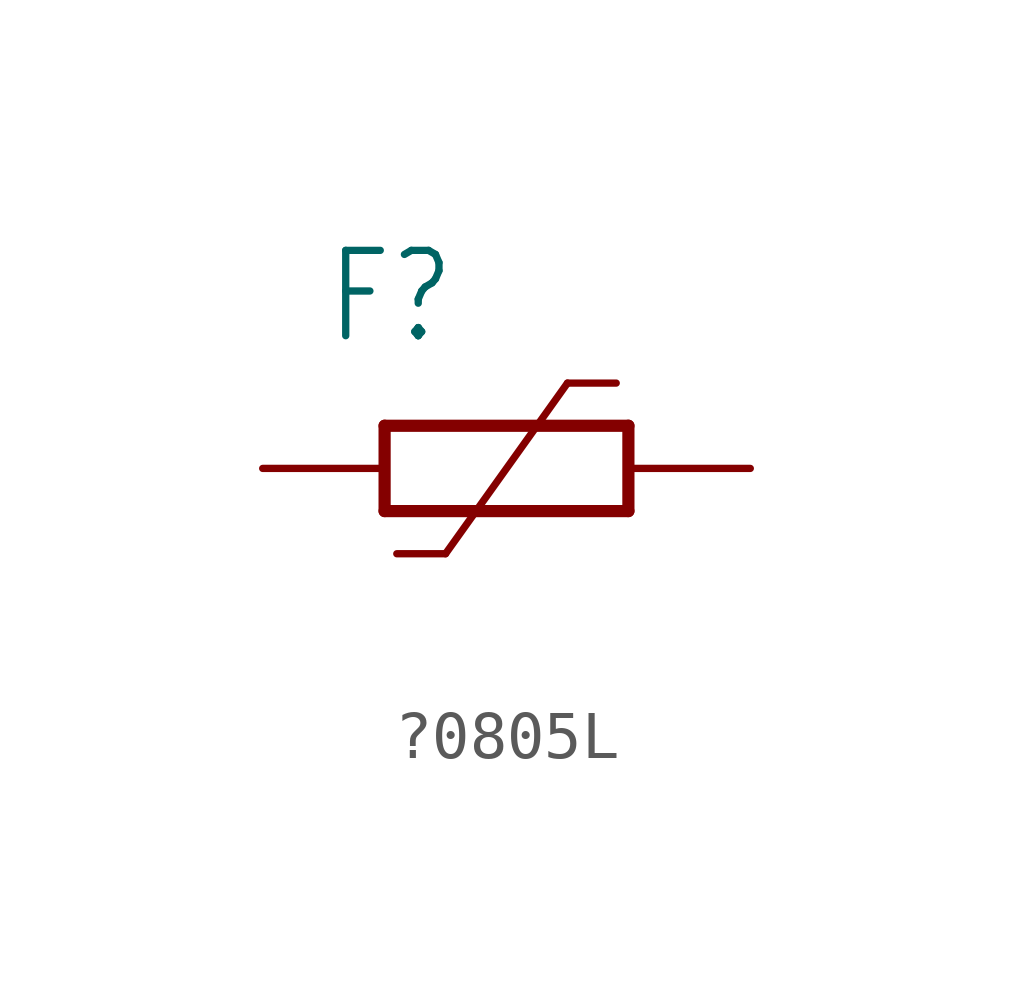
<source format=kicad_sym>
(kicad_symbol_lib
  (version 20231120)
  (generator "kicad_symbol_editor")
  (generator_version "8.0")
  (symbol "?0805L"
    (property "Reference" "F"
      (at -3.81 2.54 0)
      (effects (font (size 1.778 1.511)) (justify left bottom)))
    (property "Value" ""
      (at -3.81 -3.81 0)
      (effects (font (size 1.778 1.511)) (justify left bottom)))
    (property "ki_locked" ""
      (at 0 0 0)
      (effects (font (size 1.27 1.27))))
    (symbol "?0805L_1_0"
      (polyline (pts (xy -2.54 -0.889) (xy 2.54 -0.889)) (stroke (width 0.254) (type solid)) (fill (type none)))
      (polyline (pts (xy -2.54 0.889) (xy -2.54 -0.889)) (stroke (width 0.254) (type solid)) (fill (type none)))
      (polyline (pts (xy -1.27 -1.778) (xy -2.286 -1.778)) (stroke (width 0.152) (type solid)) (fill (type none)))
      (polyline (pts (xy 1.27 1.778) (xy -1.27 -1.778)) (stroke (width 0.152) (type solid)) (fill (type none)))
      (polyline (pts (xy 1.27 1.778) (xy 2.286 1.778)) (stroke (width 0.152) (type solid)) (fill (type none)))
      (polyline (pts (xy 2.54 0.889) (xy -2.54 0.889)) (stroke (width 0.254) (type solid)) (fill (type none)))
      (polyline (pts (xy 2.54 0.889) (xy 2.54 -0.889)) (stroke (width 0.254) (type solid)) (fill (type none)))
      (pin passive line (at 5.08 0 180) (length 2.54) (name "1" (effects (font (size 0 0)))) (number "1" (effects (font (size 0 0)))))
      (pin passive line (at -5.08 0 0) (length 2.54) (name "2" (effects (font (size 0 0)))) (number "2" (effects (font (size 0 0))))))))
</source>
